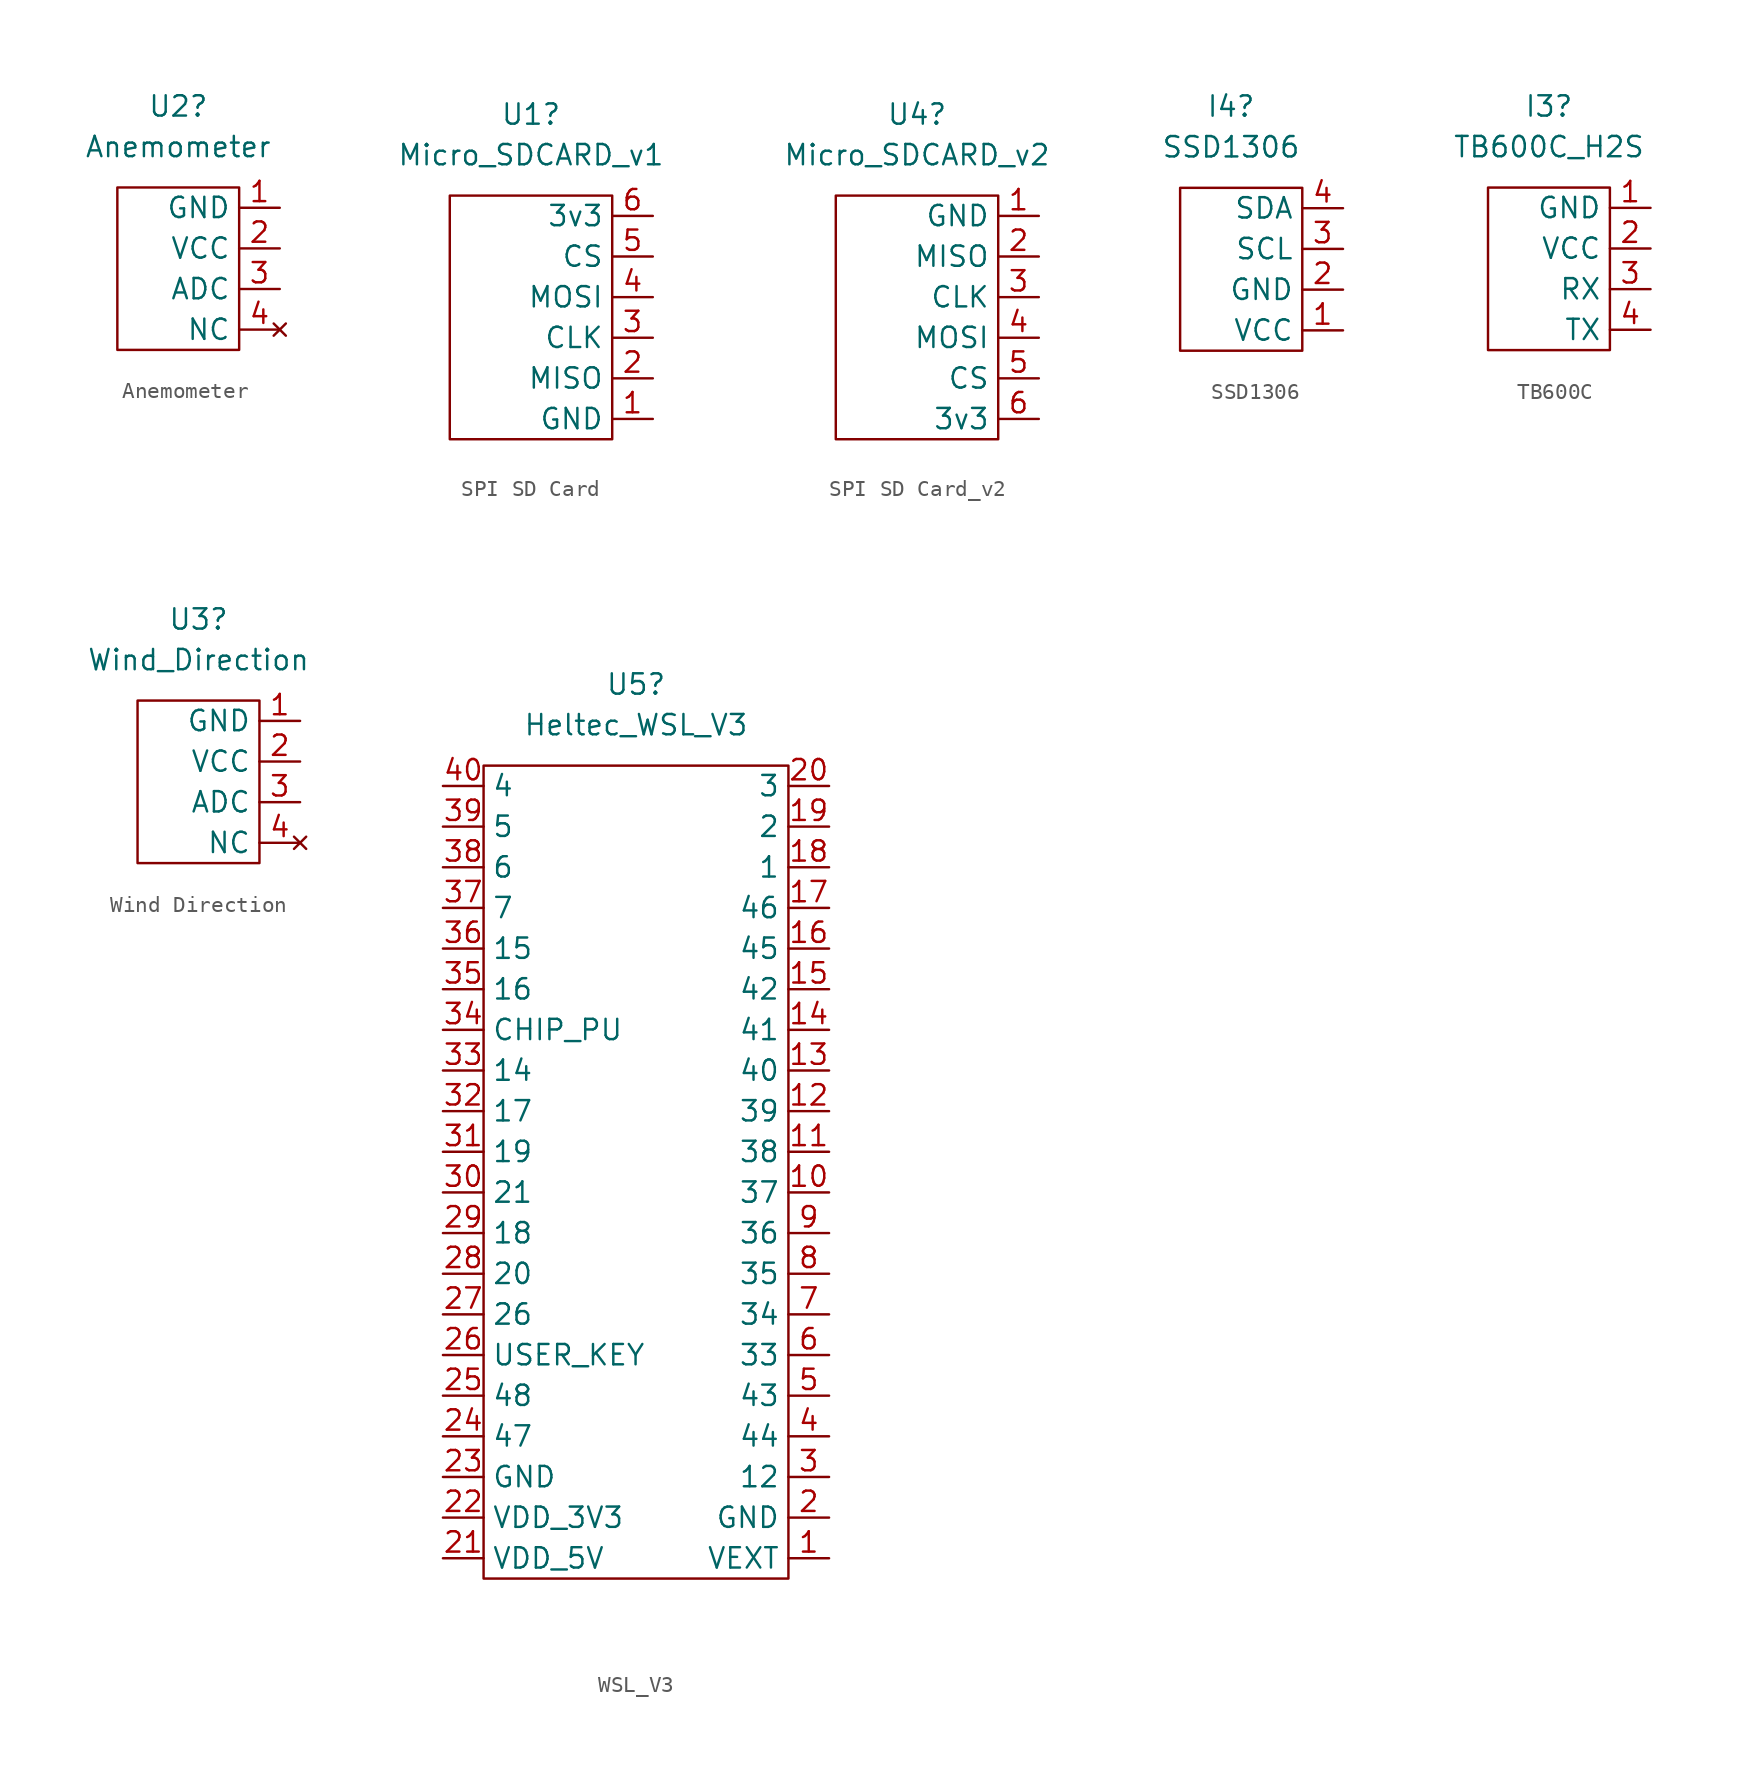
<source format=kicad_sym>
(kicad_symbol_lib
  (version 20241209)
  (generator "kicad_symbol_editor")
  (generator_version "9.0")
  (symbol "Anemometer"
    (property "Reference" "U2"
      (at 0 10.16 0)
      (effects (font (size 1.27 1.27))))
    (property "Value" "Anemometer"
      (at 0 7.62 0)
      (effects (font (size 1.27 1.27))))
    (symbol "Anemometer_0_1"
      (rectangle (start -3.81 5.08) (end 3.81 -5.08) (stroke (width 0) (type default)) (fill (type none))))
    (symbol "Anemometer_1_1"
      (pin passive line (at 6.35 3.81 180) (length 2.54) (name "GND" (effects (font (size 1.27 1.27)))) (number "1" (effects (font (size 1.27 1.27)))))
      (pin power_in line (at 6.35 1.27 180) (length 2.54) (name "VCC" (effects (font (size 1.27 1.27)))) (number "2" (effects (font (size 1.27 1.27)))))
      (pin bidirectional line (at 6.35 -1.27 180) (length 2.54) (name "ADC" (effects (font (size 1.27 1.27)))) (number "3" (effects (font (size 1.27 1.27)))))
      (pin no_connect line (at 6.35 -3.81 180) (length 2.54) (name "NC" (effects (font (size 1.27 1.27)))) (number "4" (effects (font (size 1.27 1.27)))))))
  (symbol "SPI SD Card"
    (property "Reference" "U1"
      (at 0 11.43 0)
      (effects (font (size 1.27 1.27))))
    (property "Value" "Micro_SDCARD_v1"
      (at 0 8.89 0)
      (effects (font (size 1.27 1.27))))
    (symbol "SPI SD Card_0_1"
      (rectangle (start -5.08 6.35) (end 5.08 -8.89) (stroke (width 0) (type default)) (fill (type none))))
    (symbol "SPI SD Card_1_1"
      (pin power_in line (at 7.62 5.08 180) (length 2.54) (name "3v3" (effects (font (size 1.27 1.27)))) (number "6" (effects (font (size 1.27 1.27)))))
      (pin bidirectional line (at 7.62 2.54 180) (length 2.54) (name "CS" (effects (font (size 1.27 1.27)))) (number "5" (effects (font (size 1.27 1.27)))))
      (pin bidirectional line (at 7.62 0 180) (length 2.54) (name "MOSI" (effects (font (size 1.27 1.27)))) (number "4" (effects (font (size 1.27 1.27)))))
      (pin bidirectional line (at 7.62 -2.54 180) (length 2.54) (name "CLK" (effects (font (size 1.27 1.27)))) (number "3" (effects (font (size 1.27 1.27)))))
      (pin bidirectional line (at 7.62 -5.08 180) (length 2.54) (name "MISO" (effects (font (size 1.27 1.27)))) (number "2" (effects (font (size 1.27 1.27)))))
      (pin passive line (at 7.62 -7.62 180) (length 2.54) (name "GND" (effects (font (size 1.27 1.27)))) (number "1" (effects (font (size 1.27 1.27)))))))
  (symbol "SPI SD Card_v2"
    (property "Reference" "U4"
      (at 0 11.43 0)
      (effects (font (size 1.27 1.27))))
    (property "Value" "Micro_SDCARD_v2"
      (at 0 8.89 0)
      (effects (font (size 1.27 1.27))))
    (symbol "SPI SD Card_v2_0_1"
      (rectangle (start -5.08 6.35) (end 5.08 -8.89) (stroke (width 0) (type default)) (fill (type none))))
    (symbol "SPI SD Card_v2_1_1"
      (pin passive line (at 7.62 5.08 180) (length 2.54) (name "GND" (effects (font (size 1.27 1.27)))) (number "1" (effects (font (size 1.27 1.27)))))
      (pin bidirectional line (at 7.62 2.54 180) (length 2.54) (name "MISO" (effects (font (size 1.27 1.27)))) (number "2" (effects (font (size 1.27 1.27)))))
      (pin bidirectional line (at 7.62 0 180) (length 2.54) (name "CLK" (effects (font (size 1.27 1.27)))) (number "3" (effects (font (size 1.27 1.27)))))
      (pin bidirectional line (at 7.62 -2.54 180) (length 2.54) (name "MOSI" (effects (font (size 1.27 1.27)))) (number "4" (effects (font (size 1.27 1.27)))))
      (pin bidirectional line (at 7.62 -5.08 180) (length 2.54) (name "CS" (effects (font (size 1.27 1.27)))) (number "5" (effects (font (size 1.27 1.27)))))
      (pin power_in line (at 7.62 -7.62 180) (length 2.54) (name "3v3" (effects (font (size 1.27 1.27)))) (number "6" (effects (font (size 1.27 1.27)))))))
  (symbol "SSD1306​"
    (property "Reference" "I4"
      (at -0.635 6.35 0)
      (effects (font (size 1.27 1.27))))
    (property "Value" "SSD1306​"
      (at -0.635 3.81 0)
      (effects (font (size 1.27 1.27))))
    (symbol "SSD1306​_0_1"
      (rectangle (start -3.81 1.27) (end 3.81 -8.89) (stroke (width 0) (type default)) (fill (type none))))
    (symbol "SSD1306​_1_1"
      (pin bidirectional line (at 6.35 0 180) (length 2.54) (name "SDA" (effects (font (size 1.27 1.27)))) (number "4" (effects (font (size 1.27 1.27)))))
      (pin bidirectional line (at 6.35 -2.54 180) (length 2.54) (name "SCL" (effects (font (size 1.27 1.27)))) (number "3" (effects (font (size 1.27 1.27)))))
      (pin passive line (at 6.35 -5.08 180) (length 2.54) (name "GND" (effects (font (size 1.27 1.27)))) (number "2" (effects (font (size 1.27 1.27)))))
      (pin power_in line (at 6.35 -7.62 180) (length 2.54) (name "VCC" (effects (font (size 1.27 1.27)))) (number "1" (effects (font (size 1.27 1.27)))))))
  (symbol "TB600C"
    (property "Reference" "I3"
      (at -1.27 10.16 0)
      (effects (font (size 1.27 1.27))))
    (property "Value" "TB600C_H2S"
      (at -1.27 7.62 0)
      (effects (font (size 1.27 1.27))))
    (symbol "TB600C_0_1"
      (rectangle (start -5.08 5.08) (end 2.54 -5.08) (stroke (width 0) (type default)) (fill (type none))))
    (symbol "TB600C_1_1"
      (pin passive line (at 5.08 3.81 180) (length 2.54) (name "GND" (effects (font (size 1.27 1.27)))) (number "1" (effects (font (size 1.27 1.27)))))
      (pin power_in line (at 5.08 1.27 180) (length 2.54) (name "VCC" (effects (font (size 1.27 1.27)))) (number "2" (effects (font (size 1.27 1.27)))))
      (pin bidirectional line (at 5.08 -1.27 180) (length 2.54) (name "RX" (effects (font (size 1.27 1.27)))) (number "3" (effects (font (size 1.27 1.27)))))
      (pin bidirectional line (at 5.08 -3.81 180) (length 2.54) (name "TX" (effects (font (size 1.27 1.27)))) (number "4" (effects (font (size 1.27 1.27)))))))
  (symbol "Wind Direction"
    (property "Reference" "U3"
      (at 0 10.16 0)
      (effects (font (size 1.27 1.27))))
    (property "Value" "Wind_Direction"
      (at 0 7.62 0)
      (effects (font (size 1.27 1.27))))
    (symbol "Wind Direction_0_1"
      (rectangle (start -3.81 5.08) (end 3.81 -5.08) (stroke (width 0) (type default)) (fill (type none))))
    (symbol "Wind Direction_1_1"
      (pin passive line (at 6.35 3.81 180) (length 2.54) (name "GND" (effects (font (size 1.27 1.27)))) (number "1" (effects (font (size 1.27 1.27)))))
      (pin power_in line (at 6.35 1.27 180) (length 2.54) (name "VCC" (effects (font (size 1.27 1.27)))) (number "2" (effects (font (size 1.27 1.27)))))
      (pin bidirectional line (at 6.35 -1.27 180) (length 2.54) (name "ADC" (effects (font (size 1.27 1.27)))) (number "3" (effects (font (size 1.27 1.27)))))
      (pin no_connect line (at 6.35 -3.81 180) (length 2.54) (name "NC" (effects (font (size 1.27 1.27)))) (number "4" (effects (font (size 1.27 1.27)))))))
  (symbol "WSL_V3"
    (property "Reference" "U5"
      (at -4.445 17.78 0)
      (effects (font (size 1.27 1.27))))
    (property "Value" "Heltec_WSL_V3"
      (at -4.445 15.24 0)
      (effects (font (size 1.27 1.27))))
    (symbol "WSL_V3_0_1"
      (rectangle (start -13.97 12.7) (end 5.08 -38.1) (stroke (width 0) (type default)) (fill (type none))))
    (symbol "WSL_V3_1_1"
      (pin bidirectional line (at -16.51 11.43 0) (length 2.54) (name "4" (effects (font (size 1.27 1.27)))) (number "40" (effects (font (size 1.27 1.27)))))
      (pin bidirectional line (at -16.51 8.89 0) (length 2.54) (name "5" (effects (font (size 1.27 1.27)))) (number "39" (effects (font (size 1.27 1.27)))))
      (pin bidirectional line (at -16.51 6.35 0) (length 2.54) (name "6" (effects (font (size 1.27 1.27)))) (number "38" (effects (font (size 1.27 1.27)))))
      (pin bidirectional line (at -16.51 3.81 0) (length 2.54) (name "7" (effects (font (size 1.27 1.27)))) (number "37" (effects (font (size 1.27 1.27)))))
      (pin bidirectional line (at -16.51 1.27 0) (length 2.54) (name "15" (effects (font (size 1.27 1.27)))) (number "36" (effects (font (size 1.27 1.27)))))
      (pin bidirectional line (at -16.51 -1.27 0) (length 2.54) (name "16" (effects (font (size 1.27 1.27)))) (number "35" (effects (font (size 1.27 1.27)))))
      (pin input line (at -16.51 -3.81 0) (length 2.54) (name "CHIP_PU" (effects (font (size 1.27 1.27)))) (number "34" (effects (font (size 1.27 1.27)))))
      (pin bidirectional line (at -16.51 -6.35 0) (length 2.54) (name "14" (effects (font (size 1.27 1.27)))) (number "33" (effects (font (size 1.27 1.27)))))
      (pin bidirectional line (at -16.51 -8.89 0) (length 2.54) (name "17" (effects (font (size 1.27 1.27)))) (number "32" (effects (font (size 1.27 1.27)))))
      (pin bidirectional line (at -16.51 -11.43 0) (length 2.54) (name "19" (effects (font (size 1.27 1.27)))) (number "31" (effects (font (size 1.27 1.27)))))
      (pin bidirectional line (at -16.51 -13.97 0) (length 2.54) (name "21" (effects (font (size 1.27 1.27)))) (number "30" (effects (font (size 1.27 1.27)))))
      (pin bidirectional line (at -16.51 -16.51 0) (length 2.54) (name "18" (effects (font (size 1.27 1.27)))) (number "29" (effects (font (size 1.27 1.27)))))
      (pin bidirectional line (at -16.51 -19.05 0) (length 2.54) (name "20" (effects (font (size 1.27 1.27)))) (number "28" (effects (font (size 1.27 1.27)))))
      (pin bidirectional line (at -16.51 -21.59 0) (length 2.54) (name "26" (effects (font (size 1.27 1.27)))) (number "27" (effects (font (size 1.27 1.27)))))
      (pin bidirectional line (at -16.51 -24.13 0) (length 2.54) (name "USER_KEY" (effects (font (size 1.27 1.27)))) (number "26" (effects (font (size 1.27 1.27)))))
      (pin bidirectional line (at -16.51 -26.67 0) (length 2.54) (name "48" (effects (font (size 1.27 1.27)))) (number "25" (effects (font (size 1.27 1.27)))))
      (pin bidirectional line (at -16.51 -29.21 0) (length 2.54) (name "47" (effects (font (size 1.27 1.27)))) (number "24" (effects (font (size 1.27 1.27)))))
      (pin passive line (at -16.51 -31.75 0) (length 2.54) (name "GND" (effects (font (size 1.27 1.27)))) (number "23" (effects (font (size 1.27 1.27)))))
      (pin power_in line (at -16.51 -34.29 0) (length 2.54) (name "VDD_3V3" (effects (font (size 1.27 1.27)))) (number "22" (effects (font (size 1.27 1.27)))))
      (pin power_in line (at -16.51 -36.83 0) (length 2.54) (name "VDD_5V" (effects (font (size 1.27 1.27)))) (number "21" (effects (font (size 1.27 1.27)))))
      (pin bidirectional line (at 7.62 11.43 180) (length 2.54) (name "3" (effects (font (size 1.27 1.27)))) (number "20" (effects (font (size 1.27 1.27)))))
      (pin bidirectional line (at 7.62 8.89 180) (length 2.54) (name "2" (effects (font (size 1.27 1.27)))) (number "19" (effects (font (size 1.27 1.27)))))
      (pin bidirectional line (at 7.62 6.35 180) (length 2.54) (name "1" (effects (font (size 1.27 1.27)))) (number "18" (effects (font (size 1.27 1.27)))))
      (pin bidirectional line (at 7.62 3.81 180) (length 2.54) (name "46" (effects (font (size 1.27 1.27)))) (number "17" (effects (font (size 1.27 1.27)))))
      (pin bidirectional line (at 7.62 1.27 180) (length 2.54) (name "45" (effects (font (size 1.27 1.27)))) (number "16" (effects (font (size 1.27 1.27)))))
      (pin bidirectional line (at 7.62 -1.27 180) (length 2.54) (name "42" (effects (font (size 1.27 1.27)))) (number "15" (effects (font (size 1.27 1.27)))))
      (pin bidirectional line (at 7.62 -3.81 180) (length 2.54) (name "41" (effects (font (size 1.27 1.27)))) (number "14" (effects (font (size 1.27 1.27)))))
      (pin bidirectional line (at 7.62 -6.35 180) (length 2.54) (name "40" (effects (font (size 1.27 1.27)))) (number "13" (effects (font (size 1.27 1.27)))))
      (pin bidirectional line (at 7.62 -8.89 180) (length 2.54) (name "39" (effects (font (size 1.27 1.27)))) (number "12" (effects (font (size 1.27 1.27)))))
      (pin bidirectional line (at 7.62 -11.43 180) (length 2.54) (name "38" (effects (font (size 1.27 1.27)))) (number "11" (effects (font (size 1.27 1.27)))))
      (pin bidirectional line (at 7.62 -13.97 180) (length 2.54) (name "37" (effects (font (size 1.27 1.27)))) (number "10" (effects (font (size 1.27 1.27)))))
      (pin bidirectional line (at 7.62 -16.51 180) (length 2.54) (name "36" (effects (font (size 1.27 1.27)))) (number "9" (effects (font (size 1.27 1.27)))))
      (pin bidirectional line (at 7.62 -19.05 180) (length 2.54) (name "35" (effects (font (size 1.27 1.27)))) (number "8" (effects (font (size 1.27 1.27)))))
      (pin bidirectional line (at 7.62 -21.59 180) (length 2.54) (name "34" (effects (font (size 1.27 1.27)))) (number "7" (effects (font (size 1.27 1.27)))))
      (pin bidirectional line (at 7.62 -24.13 180) (length 2.54) (name "33" (effects (font (size 1.27 1.27)))) (number "6" (effects (font (size 1.27 1.27)))))
      (pin bidirectional line (at 7.62 -26.67 180) (length 2.54) (name "43" (effects (font (size 1.27 1.27)))) (number "5" (effects (font (size 1.27 1.27)))))
      (pin bidirectional line (at 7.62 -29.21 180) (length 2.54) (name "44" (effects (font (size 1.27 1.27)))) (number "4" (effects (font (size 1.27 1.27)))))
      (pin bidirectional line (at 7.62 -31.75 180) (length 2.54) (name "12" (effects (font (size 1.27 1.27)))) (number "3" (effects (font (size 1.27 1.27)))))
      (pin passive line (at 7.62 -34.29 180) (length 2.54) (name "GND" (effects (font (size 1.27 1.27)))) (number "2" (effects (font (size 1.27 1.27)))))
      (pin power_out line (at 7.62 -36.83 180) (length 2.54) (name "VEXT" (effects (font (size 1.27 1.27)))) (number "1" (effects (font (size 1.27 1.27))))))))
</source>
